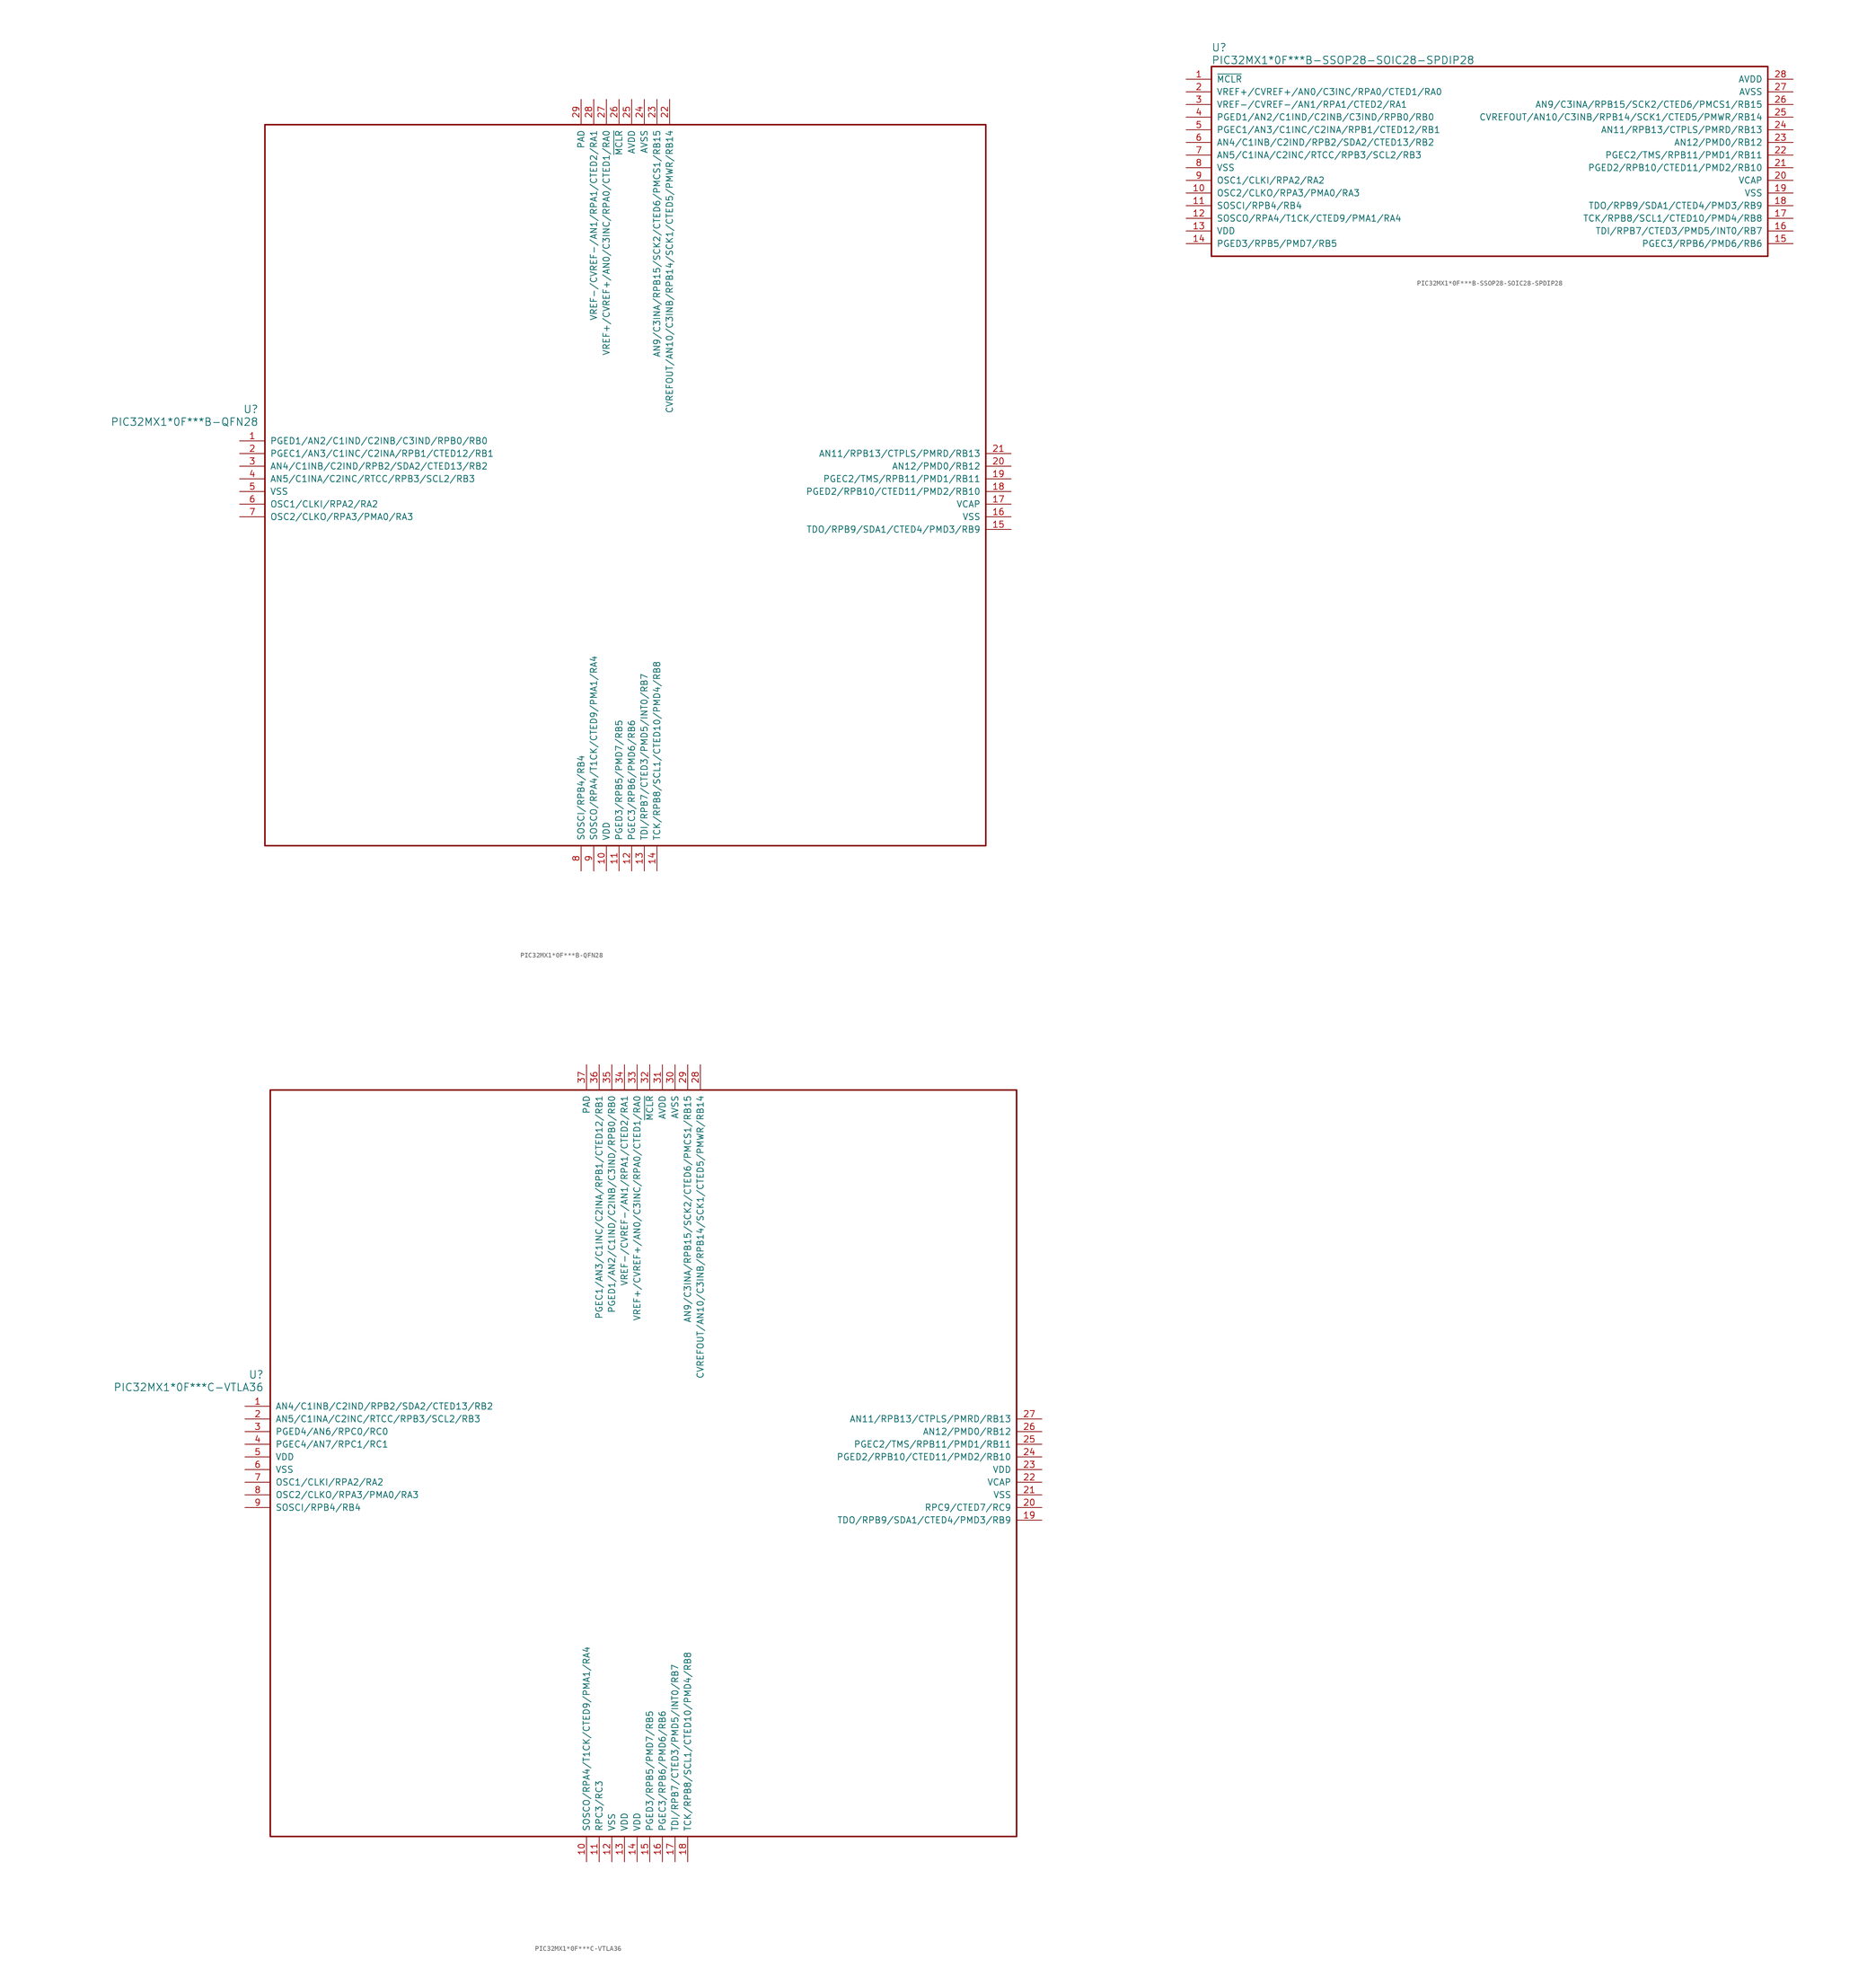
<source format=kicad_sym>
(kicad_symbol_lib
  (version 20241209)
  (generator "kicad_symbol_editor")
  (generator_version "9.0")
  (symbol "PIC32MX1*0F***B-QFN28"
    (pin_names
      (offset 1.016))
    (property "Reference" "U"
      (at 3.81 6.35 0)
      (effects (font (size 1.524 1.524)) (justify right)))
    (property "Value" "PIC32MX1*0F***B-QFN28"
      (at 3.81 3.81 0)
      (effects (font (size 1.524 1.524)) (justify right)))
    (property "ki_locked" ""
      (at 0 0 0)
      (effects (font (size 1.27 1.27))))
    (symbol "PIC32MX1*0F***B-QFN28_1_1"
      (rectangle (start 5.08 63.5) (end 149.86 -81.28) (stroke (width 0.305) (type solid)) (fill (type none)))
      (pin bidirectional line (at 0 0 0) (length 5.08) (name "PGED1/AN2/C1IND/C2INB/C3IND/RPB0/RB0" (effects (font (size 1.27 1.27)))) (number "1" (effects (font (size 1.27 1.27)))))
      (pin bidirectional line (at 0 -2.54 0) (length 5.08) (name "PGEC1/AN3/C1INC/C2INA/RPB1/CTED12/RB1" (effects (font (size 1.27 1.27)))) (number "2" (effects (font (size 1.27 1.27)))))
      (pin bidirectional line (at 0 -5.08 0) (length 5.08) (name "AN4/C1INB/C2IND/RPB2/SDA2/CTED13/RB2" (effects (font (size 1.27 1.27)))) (number "3" (effects (font (size 1.27 1.27)))))
      (pin bidirectional line (at 0 -7.62 0) (length 5.08) (name "AN5/C1INA/C2INC/RTCC/RPB3/SCL2/RB3" (effects (font (size 1.27 1.27)))) (number "4" (effects (font (size 1.27 1.27)))))
      (pin power_in line (at 0 -10.16 0) (length 5.08) (name "VSS" (effects (font (size 1.27 1.27)))) (number "5" (effects (font (size 1.27 1.27)))))
      (pin bidirectional line (at 0 -12.7 0) (length 5.08) (name "OSC1/CLKI/RPA2/RA2" (effects (font (size 1.27 1.27)))) (number "6" (effects (font (size 1.27 1.27)))))
      (pin bidirectional line (at 0 -15.24 0) (length 5.08) (name "OSC2/CLKO/RPA3/PMA0/RA3" (effects (font (size 1.27 1.27)))) (number "7" (effects (font (size 1.27 1.27)))))
      (pin power_in line (at 68.58 68.58 270) (length 5.08) (name "PAD" (effects (font (size 1.27 1.27)))) (number "29" (effects (font (size 1.27 1.27)))))
      (pin bidirectional line (at 68.58 -86.36 90) (length 5.08) (name "SOSCI/RPB4/RB4" (effects (font (size 1.27 1.27)))) (number "8" (effects (font (size 1.27 1.27)))))
      (pin bidirectional line (at 71.12 68.58 270) (length 5.08) (name "VREF-/CVREF-/AN1/RPA1/CTED2/RA1" (effects (font (size 1.27 1.27)))) (number "28" (effects (font (size 1.27 1.27)))))
      (pin bidirectional line (at 71.12 -86.36 90) (length 5.08) (name "SOSCO/RPA4/T1CK/CTED9/PMA1/RA4" (effects (font (size 1.27 1.27)))) (number "9" (effects (font (size 1.27 1.27)))))
      (pin bidirectional line (at 73.66 68.58 270) (length 5.08) (name "VREF+/CVREF+/AN0/C3INC/RPA0/CTED1/RA0" (effects (font (size 1.27 1.27)))) (number "27" (effects (font (size 1.27 1.27)))))
      (pin power_in line (at 73.66 -86.36 90) (length 5.08) (name "VDD" (effects (font (size 1.27 1.27)))) (number "10" (effects (font (size 1.27 1.27)))))
      (pin input line (at 76.2 68.58 270) (length 5.08) (name "~{MCLR}" (effects (font (size 1.27 1.27)))) (number "26" (effects (font (size 1.27 1.27)))))
      (pin bidirectional line (at 76.2 -86.36 90) (length 5.08) (name "PGED3/RPB5/PMD7/RB5" (effects (font (size 1.27 1.27)))) (number "11" (effects (font (size 1.27 1.27)))))
      (pin power_in line (at 78.74 68.58 270) (length 5.08) (name "AVDD" (effects (font (size 1.27 1.27)))) (number "25" (effects (font (size 1.27 1.27)))))
      (pin bidirectional line (at 78.74 -86.36 90) (length 5.08) (name "PGEC3/RPB6/PMD6/RB6" (effects (font (size 1.27 1.27)))) (number "12" (effects (font (size 1.27 1.27)))))
      (pin power_in line (at 81.28 68.58 270) (length 5.08) (name "AVSS" (effects (font (size 1.27 1.27)))) (number "24" (effects (font (size 1.27 1.27)))))
      (pin bidirectional line (at 81.28 -86.36 90) (length 5.08) (name "TDI/RPB7/CTED3/PMD5/INT0/RB7" (effects (font (size 1.27 1.27)))) (number "13" (effects (font (size 1.27 1.27)))))
      (pin bidirectional line (at 83.82 68.58 270) (length 5.08) (name "AN9/C3INA/RPB15/SCK2/CTED6/PMCS1/RB15" (effects (font (size 1.27 1.27)))) (number "23" (effects (font (size 1.27 1.27)))))
      (pin bidirectional line (at 83.82 -86.36 90) (length 5.08) (name "TCK/RPB8/SCL1/CTED10/PMD4/RB8" (effects (font (size 1.27 1.27)))) (number "14" (effects (font (size 1.27 1.27)))))
      (pin bidirectional line (at 86.36 68.58 270) (length 5.08) (name "CVREFOUT/AN10/C3INB/RPB14/SCK1/CTED5/PMWR/RB14" (effects (font (size 1.27 1.27)))) (number "22" (effects (font (size 1.27 1.27)))))
      (pin bidirectional line (at 154.94 -2.54 180) (length 5.08) (name "AN11/RPB13/CTPLS/PMRD/RB13" (effects (font (size 1.27 1.27)))) (number "21" (effects (font (size 1.27 1.27)))))
      (pin bidirectional line (at 154.94 -5.08 180) (length 5.08) (name "AN12/PMD0/RB12" (effects (font (size 1.27 1.27)))) (number "20" (effects (font (size 1.27 1.27)))))
      (pin bidirectional line (at 154.94 -7.62 180) (length 5.08) (name "PGEC2/TMS/RPB11/PMD1/RB11" (effects (font (size 1.27 1.27)))) (number "19" (effects (font (size 1.27 1.27)))))
      (pin bidirectional line (at 154.94 -10.16 180) (length 5.08) (name "PGED2/RPB10/CTED11/PMD2/RB10" (effects (font (size 1.27 1.27)))) (number "18" (effects (font (size 1.27 1.27)))))
      (pin power_out line (at 154.94 -12.7 180) (length 5.08) (name "VCAP" (effects (font (size 1.27 1.27)))) (number "17" (effects (font (size 1.27 1.27)))))
      (pin power_in line (at 154.94 -15.24 180) (length 5.08) (name "VSS" (effects (font (size 1.27 1.27)))) (number "16" (effects (font (size 1.27 1.27)))))
      (pin bidirectional line (at 154.94 -17.78 180) (length 5.08) (name "TDO/RPB9/SDA1/CTED4/PMD3/RB9" (effects (font (size 1.27 1.27)))) (number "15" (effects (font (size 1.27 1.27)))))))
  (symbol "PIC32MX1*0F***B-SSOP28-SOIC28-SPDIP28"
    (pin_names
      (offset 1.016))
    (property "Reference" "U"
      (at 5.08 6.35 0)
      (effects (font (size 1.524 1.524)) (justify left)))
    (property "Value" "PIC32MX1*0F***B-SSOP28-SOIC28-SPDIP28"
      (at 5.08 3.81 0)
      (effects (font (size 1.524 1.524)) (justify left)))
    (property "ki_locked" ""
      (at 0 0 0)
      (effects (font (size 1.27 1.27))))
    (symbol "PIC32MX1*0F***B-SSOP28-SOIC28-SPDIP28_1_1"
      (rectangle (start 5.08 2.54) (end 116.84 -35.56) (stroke (width 0.305) (type solid)) (fill (type none)))
      (pin input line (at 0 0 0) (length 5.08) (name "~{MCLR}" (effects (font (size 1.27 1.27)))) (number "1" (effects (font (size 1.27 1.27)))))
      (pin bidirectional line (at 0 -2.54 0) (length 5.08) (name "VREF+/CVREF+/AN0/C3INC/RPA0/CTED1/RA0" (effects (font (size 1.27 1.27)))) (number "2" (effects (font (size 1.27 1.27)))))
      (pin bidirectional line (at 0 -5.08 0) (length 5.08) (name "VREF-/CVREF-/AN1/RPA1/CTED2/RA1" (effects (font (size 1.27 1.27)))) (number "3" (effects (font (size 1.27 1.27)))))
      (pin bidirectional line (at 0 -7.62 0) (length 5.08) (name "PGED1/AN2/C1IND/C2INB/C3IND/RPB0/RB0" (effects (font (size 1.27 1.27)))) (number "4" (effects (font (size 1.27 1.27)))))
      (pin bidirectional line (at 0 -10.16 0) (length 5.08) (name "PGEC1/AN3/C1INC/C2INA/RPB1/CTED12/RB1" (effects (font (size 1.27 1.27)))) (number "5" (effects (font (size 1.27 1.27)))))
      (pin bidirectional line (at 0 -12.7 0) (length 5.08) (name "AN4/C1INB/C2IND/RPB2/SDA2/CTED13/RB2" (effects (font (size 1.27 1.27)))) (number "6" (effects (font (size 1.27 1.27)))))
      (pin bidirectional line (at 0 -15.24 0) (length 5.08) (name "AN5/C1INA/C2INC/RTCC/RPB3/SCL2/RB3" (effects (font (size 1.27 1.27)))) (number "7" (effects (font (size 1.27 1.27)))))
      (pin power_in line (at 0 -17.78 0) (length 5.08) (name "VSS" (effects (font (size 1.27 1.27)))) (number "8" (effects (font (size 1.27 1.27)))))
      (pin bidirectional line (at 0 -20.32 0) (length 5.08) (name "OSC1/CLKI/RPA2/RA2" (effects (font (size 1.27 1.27)))) (number "9" (effects (font (size 1.27 1.27)))))
      (pin bidirectional line (at 0 -22.86 0) (length 5.08) (name "OSC2/CLKO/RPA3/PMA0/RA3" (effects (font (size 1.27 1.27)))) (number "10" (effects (font (size 1.27 1.27)))))
      (pin bidirectional line (at 0 -25.4 0) (length 5.08) (name "SOSCI/RPB4/RB4" (effects (font (size 1.27 1.27)))) (number "11" (effects (font (size 1.27 1.27)))))
      (pin bidirectional line (at 0 -27.94 0) (length 5.08) (name "SOSCO/RPA4/T1CK/CTED9/PMA1/RA4" (effects (font (size 1.27 1.27)))) (number "12" (effects (font (size 1.27 1.27)))))
      (pin power_in line (at 0 -30.48 0) (length 5.08) (name "VDD" (effects (font (size 1.27 1.27)))) (number "13" (effects (font (size 1.27 1.27)))))
      (pin bidirectional line (at 0 -33.02 0) (length 5.08) (name "PGED3/RPB5/PMD7/RB5" (effects (font (size 1.27 1.27)))) (number "14" (effects (font (size 1.27 1.27)))))
      (pin power_in line (at 121.92 0 180) (length 5.08) (name "AVDD" (effects (font (size 1.27 1.27)))) (number "28" (effects (font (size 1.27 1.27)))))
      (pin power_in line (at 121.92 -2.54 180) (length 5.08) (name "AVSS" (effects (font (size 1.27 1.27)))) (number "27" (effects (font (size 1.27 1.27)))))
      (pin bidirectional line (at 121.92 -5.08 180) (length 5.08) (name "AN9/C3INA/RPB15/SCK2/CTED6/PMCS1/RB15" (effects (font (size 1.27 1.27)))) (number "26" (effects (font (size 1.27 1.27)))))
      (pin bidirectional line (at 121.92 -7.62 180) (length 5.08) (name "CVREFOUT/AN10/C3INB/RPB14/SCK1/CTED5/PMWR/RB14" (effects (font (size 1.27 1.27)))) (number "25" (effects (font (size 1.27 1.27)))))
      (pin bidirectional line (at 121.92 -10.16 180) (length 5.08) (name "AN11/RPB13/CTPLS/PMRD/RB13" (effects (font (size 1.27 1.27)))) (number "24" (effects (font (size 1.27 1.27)))))
      (pin bidirectional line (at 121.92 -12.7 180) (length 5.08) (name "AN12/PMD0/RB12" (effects (font (size 1.27 1.27)))) (number "23" (effects (font (size 1.27 1.27)))))
      (pin bidirectional line (at 121.92 -15.24 180) (length 5.08) (name "PGEC2/TMS/RPB11/PMD1/RB11" (effects (font (size 1.27 1.27)))) (number "22" (effects (font (size 1.27 1.27)))))
      (pin bidirectional line (at 121.92 -17.78 180) (length 5.08) (name "PGED2/RPB10/CTED11/PMD2/RB10" (effects (font (size 1.27 1.27)))) (number "21" (effects (font (size 1.27 1.27)))))
      (pin power_out line (at 121.92 -20.32 180) (length 5.08) (name "VCAP" (effects (font (size 1.27 1.27)))) (number "20" (effects (font (size 1.27 1.27)))))
      (pin power_in line (at 121.92 -22.86 180) (length 5.08) (name "VSS" (effects (font (size 1.27 1.27)))) (number "19" (effects (font (size 1.27 1.27)))))
      (pin bidirectional line (at 121.92 -25.4 180) (length 5.08) (name "TDO/RPB9/SDA1/CTED4/PMD3/RB9" (effects (font (size 1.27 1.27)))) (number "18" (effects (font (size 1.27 1.27)))))
      (pin bidirectional line (at 121.92 -27.94 180) (length 5.08) (name "TCK/RPB8/SCL1/CTED10/PMD4/RB8" (effects (font (size 1.27 1.27)))) (number "17" (effects (font (size 1.27 1.27)))))
      (pin bidirectional line (at 121.92 -30.48 180) (length 5.08) (name "TDI/RPB7/CTED3/PMD5/INT0/RB7" (effects (font (size 1.27 1.27)))) (number "16" (effects (font (size 1.27 1.27)))))
      (pin bidirectional line (at 121.92 -33.02 180) (length 5.08) (name "PGEC3/RPB6/PMD6/RB6" (effects (font (size 1.27 1.27)))) (number "15" (effects (font (size 1.27 1.27)))))))
  (symbol "PIC32MX1*0F***C-VTLA36"
    (pin_names
      (offset 1.016))
    (property "Reference" "U"
      (at 3.81 6.35 0)
      (effects (font (size 1.524 1.524)) (justify right)))
    (property "Value" "PIC32MX1*0F***C-VTLA36"
      (at 3.81 3.81 0)
      (effects (font (size 1.524 1.524)) (justify right)))
    (property "ki_locked" ""
      (at 0 0 0)
      (effects (font (size 1.27 1.27))))
    (symbol "PIC32MX1*0F***C-VTLA36_1_1"
      (rectangle (start 5.08 63.5) (end 154.94 -86.36) (stroke (width 0.305) (type solid)) (fill (type none)))
      (pin bidirectional line (at 0 0 0) (length 5.08) (name "AN4/C1INB/C2IND/RPB2/SDA2/CTED13/RB2" (effects (font (size 1.27 1.27)))) (number "1" (effects (font (size 1.27 1.27)))))
      (pin bidirectional line (at 0 -2.54 0) (length 5.08) (name "AN5/C1INA/C2INC/RTCC/RPB3/SCL2/RB3" (effects (font (size 1.27 1.27)))) (number "2" (effects (font (size 1.27 1.27)))))
      (pin bidirectional line (at 0 -5.08 0) (length 5.08) (name "PGED4/AN6/RPC0/RC0" (effects (font (size 1.27 1.27)))) (number "3" (effects (font (size 1.27 1.27)))))
      (pin bidirectional line (at 0 -7.62 0) (length 5.08) (name "PGEC4/AN7/RPC1/RC1" (effects (font (size 1.27 1.27)))) (number "4" (effects (font (size 1.27 1.27)))))
      (pin power_in line (at 0 -10.16 0) (length 5.08) (name "VDD" (effects (font (size 1.27 1.27)))) (number "5" (effects (font (size 1.27 1.27)))))
      (pin power_in line (at 0 -12.7 0) (length 5.08) (name "VSS" (effects (font (size 1.27 1.27)))) (number "6" (effects (font (size 1.27 1.27)))))
      (pin bidirectional line (at 0 -15.24 0) (length 5.08) (name "OSC1/CLKI/RPA2/RA2" (effects (font (size 1.27 1.27)))) (number "7" (effects (font (size 1.27 1.27)))))
      (pin bidirectional line (at 0 -17.78 0) (length 5.08) (name "OSC2/CLKO/RPA3/PMA0/RA3" (effects (font (size 1.27 1.27)))) (number "8" (effects (font (size 1.27 1.27)))))
      (pin bidirectional line (at 0 -20.32 0) (length 5.08) (name "SOSCI/RPB4/RB4" (effects (font (size 1.27 1.27)))) (number "9" (effects (font (size 1.27 1.27)))))
      (pin power_in line (at 68.58 68.58 270) (length 5.08) (name "PAD" (effects (font (size 1.27 1.27)))) (number "37" (effects (font (size 1.27 1.27)))))
      (pin bidirectional line (at 68.58 -91.44 90) (length 5.08) (name "SOSCO/RPA4/T1CK/CTED9/PMA1/RA4" (effects (font (size 1.27 1.27)))) (number "10" (effects (font (size 1.27 1.27)))))
      (pin bidirectional line (at 71.12 68.58 270) (length 5.08) (name "PGEC1/AN3/C1INC/C2INA/RPB1/CTED12/RB1" (effects (font (size 1.27 1.27)))) (number "36" (effects (font (size 1.27 1.27)))))
      (pin bidirectional line (at 71.12 -91.44 90) (length 5.08) (name "RPC3/RC3" (effects (font (size 1.27 1.27)))) (number "11" (effects (font (size 1.27 1.27)))))
      (pin bidirectional line (at 73.66 68.58 270) (length 5.08) (name "PGED1/AN2/C1IND/C2INB/C3IND/RPB0/RB0" (effects (font (size 1.27 1.27)))) (number "35" (effects (font (size 1.27 1.27)))))
      (pin power_in line (at 73.66 -91.44 90) (length 5.08) (name "VSS" (effects (font (size 1.27 1.27)))) (number "12" (effects (font (size 1.27 1.27)))))
      (pin bidirectional line (at 76.2 68.58 270) (length 5.08) (name "VREF-/CVREF-/AN1/RPA1/CTED2/RA1" (effects (font (size 1.27 1.27)))) (number "34" (effects (font (size 1.27 1.27)))))
      (pin power_in line (at 76.2 -91.44 90) (length 5.08) (name "VDD" (effects (font (size 1.27 1.27)))) (number "13" (effects (font (size 1.27 1.27)))))
      (pin bidirectional line (at 78.74 68.58 270) (length 5.08) (name "VREF+/CVREF+/AN0/C3INC/RPA0/CTED1/RA0" (effects (font (size 1.27 1.27)))) (number "33" (effects (font (size 1.27 1.27)))))
      (pin power_in line (at 78.74 -91.44 90) (length 5.08) (name "VDD" (effects (font (size 1.27 1.27)))) (number "14" (effects (font (size 1.27 1.27)))))
      (pin input line (at 81.28 68.58 270) (length 5.08) (name "~{MCLR}" (effects (font (size 1.27 1.27)))) (number "32" (effects (font (size 1.27 1.27)))))
      (pin bidirectional line (at 81.28 -91.44 90) (length 5.08) (name "PGED3/RPB5/PMD7/RB5" (effects (font (size 1.27 1.27)))) (number "15" (effects (font (size 1.27 1.27)))))
      (pin power_in line (at 83.82 68.58 270) (length 5.08) (name "AVDD" (effects (font (size 1.27 1.27)))) (number "31" (effects (font (size 1.27 1.27)))))
      (pin bidirectional line (at 83.82 -91.44 90) (length 5.08) (name "PGEC3/RPB6/PMD6/RB6" (effects (font (size 1.27 1.27)))) (number "16" (effects (font (size 1.27 1.27)))))
      (pin power_in line (at 86.36 68.58 270) (length 5.08) (name "AVSS" (effects (font (size 1.27 1.27)))) (number "30" (effects (font (size 1.27 1.27)))))
      (pin bidirectional line (at 86.36 -91.44 90) (length 5.08) (name "TDI/RPB7/CTED3/PMD5/INT0/RB7" (effects (font (size 1.27 1.27)))) (number "17" (effects (font (size 1.27 1.27)))))
      (pin bidirectional line (at 88.9 68.58 270) (length 5.08) (name "AN9/C3INA/RPB15/SCK2/CTED6/PMCS1/RB15" (effects (font (size 1.27 1.27)))) (number "29" (effects (font (size 1.27 1.27)))))
      (pin bidirectional line (at 88.9 -91.44 90) (length 5.08) (name "TCK/RPB8/SCL1/CTED10/PMD4/RB8" (effects (font (size 1.27 1.27)))) (number "18" (effects (font (size 1.27 1.27)))))
      (pin bidirectional line (at 91.44 68.58 270) (length 5.08) (name "CVREFOUT/AN10/C3INB/RPB14/SCK1/CTED5/PMWR/RB14" (effects (font (size 1.27 1.27)))) (number "28" (effects (font (size 1.27 1.27)))))
      (pin bidirectional line (at 160.02 -2.54 180) (length 5.08) (name "AN11/RPB13/CTPLS/PMRD/RB13" (effects (font (size 1.27 1.27)))) (number "27" (effects (font (size 1.27 1.27)))))
      (pin bidirectional line (at 160.02 -5.08 180) (length 5.08) (name "AN12/PMD0/RB12" (effects (font (size 1.27 1.27)))) (number "26" (effects (font (size 1.27 1.27)))))
      (pin bidirectional line (at 160.02 -7.62 180) (length 5.08) (name "PGEC2/TMS/RPB11/PMD1/RB11" (effects (font (size 1.27 1.27)))) (number "25" (effects (font (size 1.27 1.27)))))
      (pin bidirectional line (at 160.02 -10.16 180) (length 5.08) (name "PGED2/RPB10/CTED11/PMD2/RB10" (effects (font (size 1.27 1.27)))) (number "24" (effects (font (size 1.27 1.27)))))
      (pin power_in line (at 160.02 -12.7 180) (length 5.08) (name "VDD" (effects (font (size 1.27 1.27)))) (number "23" (effects (font (size 1.27 1.27)))))
      (pin power_out line (at 160.02 -15.24 180) (length 5.08) (name "VCAP" (effects (font (size 1.27 1.27)))) (number "22" (effects (font (size 1.27 1.27)))))
      (pin power_in line (at 160.02 -17.78 180) (length 5.08) (name "VSS" (effects (font (size 1.27 1.27)))) (number "21" (effects (font (size 1.27 1.27)))))
      (pin bidirectional line (at 160.02 -20.32 180) (length 5.08) (name "RPC9/CTED7/RC9" (effects (font (size 1.27 1.27)))) (number "20" (effects (font (size 1.27 1.27)))))
      (pin bidirectional line (at 160.02 -22.86 180) (length 5.08) (name "TDO/RPB9/SDA1/CTED4/PMD3/RB9" (effects (font (size 1.27 1.27)))) (number "19" (effects (font (size 1.27 1.27))))))))
</source>
